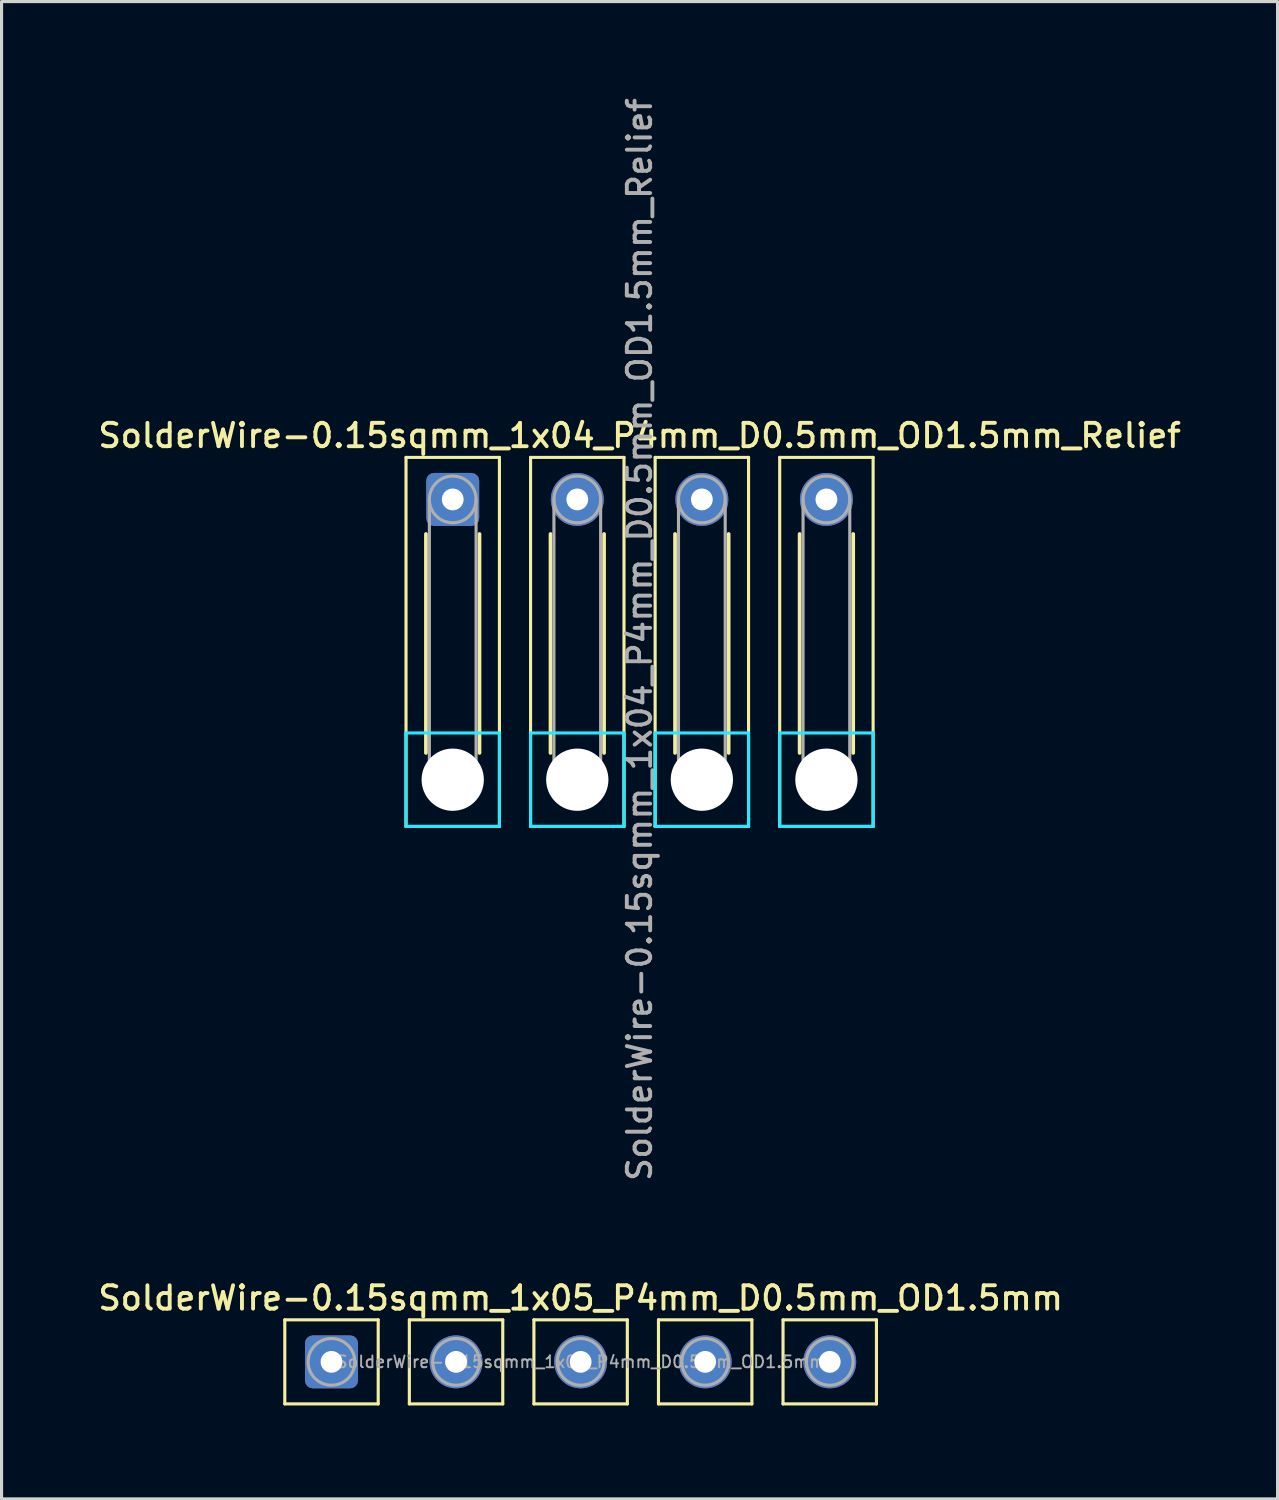
<source format=kicad_pcb>
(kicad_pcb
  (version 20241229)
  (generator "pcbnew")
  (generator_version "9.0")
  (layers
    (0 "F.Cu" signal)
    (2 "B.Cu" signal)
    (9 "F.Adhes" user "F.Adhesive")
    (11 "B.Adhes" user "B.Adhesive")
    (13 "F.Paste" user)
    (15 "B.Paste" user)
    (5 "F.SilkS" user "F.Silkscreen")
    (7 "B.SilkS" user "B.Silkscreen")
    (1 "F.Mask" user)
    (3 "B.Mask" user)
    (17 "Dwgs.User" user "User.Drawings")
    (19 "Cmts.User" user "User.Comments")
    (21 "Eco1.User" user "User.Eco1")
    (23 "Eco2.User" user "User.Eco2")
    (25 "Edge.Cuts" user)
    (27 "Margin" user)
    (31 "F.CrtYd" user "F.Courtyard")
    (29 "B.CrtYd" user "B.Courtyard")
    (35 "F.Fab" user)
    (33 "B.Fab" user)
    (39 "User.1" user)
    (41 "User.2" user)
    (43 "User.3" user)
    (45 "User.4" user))
  (footprint "SolderWire-0.15sqmm_1x04_P4mm_D0.5mm_OD1.5mm_Relief"
    (layer "F.Cu")
    (at 11.488 12.988)
    (property "Reference" "SolderWire-0.15sqmm_1x04_P4mm_D0.5mm_OD1.5mm_Relief" (at 6 -2.05 0) (layer "F.SilkS") (effects (font (size 0.75 0.75) (thickness 0.125))))
    (attr exclude_from_pos_files exclude_from_bom)
    (fp_line (start -1.5 -1.35) (end -1.5 10.5) (stroke (width 0.1) (type solid)) (layer "F.SilkS"))
    (fp_line (start -1.5 10.5) (end 1.5 10.5) (stroke (width 0.1) (type solid)) (layer "F.SilkS"))
    (fp_line (start -0.86 1.11) (end -0.86 8.14) (stroke (width 0.12) (type solid)) (layer "F.SilkS"))
    (fp_line (start 0.86 1.11) (end 0.86 8.14) (stroke (width 0.12) (type solid)) (layer "F.SilkS"))
    (fp_line (start 1.5 -1.35) (end -1.5 -1.35) (stroke (width 0.1) (type solid)) (layer "F.SilkS"))
    (fp_line (start 1.5 10.5) (end 1.5 -1.35) (stroke (width 0.1) (type solid)) (layer "F.SilkS"))
    (fp_line (start 2.5 -1.35) (end 2.5 10.5) (stroke (width 0.1) (type solid)) (layer "F.SilkS"))
    (fp_line (start 2.5 10.5) (end 5.5 10.5) (stroke (width 0.1) (type solid)) (layer "F.SilkS"))
    (fp_line (start 3.14 1.11) (end 3.14 8.14) (stroke (width 0.12) (type solid)) (layer "F.SilkS"))
    (fp_line (start 4.86 1.11) (end 4.86 8.14) (stroke (width 0.12) (type solid)) (layer "F.SilkS"))
    (fp_line (start 5.5 -1.35) (end 2.5 -1.35) (stroke (width 0.1) (type solid)) (layer "F.SilkS"))
    (fp_line (start 5.5 10.5) (end 5.5 -1.35) (stroke (width 0.1) (type solid)) (layer "F.SilkS"))
    (fp_line (start 6.5 -1.35) (end 6.5 10.5) (stroke (width 0.1) (type solid)) (layer "F.SilkS"))
    (fp_line (start 6.5 10.5) (end 9.5 10.5) (stroke (width 0.1) (type solid)) (layer "F.SilkS"))
    (fp_line (start 7.14 1.11) (end 7.14 8.14) (stroke (width 0.12) (type solid)) (layer "F.SilkS"))
    (fp_line (start 8.86 1.11) (end 8.86 8.14) (stroke (width 0.12) (type solid)) (layer "F.SilkS"))
    (fp_line (start 9.5 -1.35) (end 6.5 -1.35) (stroke (width 0.1) (type solid)) (layer "F.SilkS"))
    (fp_line (start 9.5 10.5) (end 9.5 -1.35) (stroke (width 0.1) (type solid)) (layer "F.SilkS"))
    (fp_line (start 10.5 -1.35) (end 10.5 10.5) (stroke (width 0.1) (type solid)) (layer "F.SilkS"))
    (fp_line (start 10.5 10.5) (end 13.5 10.5) (stroke (width 0.1) (type solid)) (layer "F.SilkS"))
    (fp_line (start 11.14 1.11) (end 11.14 8.14) (stroke (width 0.12) (type solid)) (layer "F.SilkS"))
    (fp_line (start 12.86 1.11) (end 12.86 8.14) (stroke (width 0.12) (type solid)) (layer "F.SilkS"))
    (fp_line (start 13.5 -1.35) (end 10.5 -1.35) (stroke (width 0.1) (type solid)) (layer "F.SilkS"))
    (fp_line (start 13.5 10.5) (end 13.5 -1.35) (stroke (width 0.1) (type solid)) (layer "F.SilkS"))
    (fp_line (start -1.5 7.5) (end -1.5 10.5) (stroke (width 0.1) (type solid)) (layer "B.CrtYd"))
    (fp_line (start -1.5 10.5) (end 1.5 10.5) (stroke (width 0.1) (type solid)) (layer "B.CrtYd"))
    (fp_line (start 1.5 7.5) (end -1.5 7.5) (stroke (width 0.1) (type solid)) (layer "B.CrtYd"))
    (fp_line (start 1.5 10.5) (end 1.5 7.5) (stroke (width 0.1) (type solid)) (layer "B.CrtYd"))
    (fp_line (start 2.5 7.5) (end 2.5 10.5) (stroke (width 0.1) (type solid)) (layer "B.CrtYd"))
    (fp_line (start 2.5 10.5) (end 5.5 10.5) (stroke (width 0.1) (type solid)) (layer "B.CrtYd"))
    (fp_line (start 5.5 7.5) (end 2.5 7.5) (stroke (width 0.1) (type solid)) (layer "B.CrtYd"))
    (fp_line (start 5.5 10.5) (end 5.5 7.5) (stroke (width 0.1) (type solid)) (layer "B.CrtYd"))
    (fp_line (start 6.5 7.5) (end 6.5 10.5) (stroke (width 0.1) (type solid)) (layer "B.CrtYd"))
    (fp_line (start 6.5 10.5) (end 9.5 10.5) (stroke (width 0.1) (type solid)) (layer "B.CrtYd"))
    (fp_line (start 9.5 7.5) (end 6.5 7.5) (stroke (width 0.1) (type solid)) (layer "B.CrtYd"))
    (fp_line (start 9.5 10.5) (end 9.5 7.5) (stroke (width 0.1) (type solid)) (layer "B.CrtYd"))
    (fp_line (start 10.5 7.5) (end 10.5 10.5) (stroke (width 0.1) (type solid)) (layer "B.CrtYd"))
    (fp_line (start 10.5 10.5) (end 13.5 10.5) (stroke (width 0.1) (type solid)) (layer "B.CrtYd"))
    (fp_line (start 13.5 7.5) (end 10.5 7.5) (stroke (width 0.1) (type solid)) (layer "B.CrtYd"))
    (fp_line (start 13.5 10.5) (end 13.5 7.5) (stroke (width 0.1) (type solid)) (layer "B.CrtYd"))
    (fp_line (start -0.75 0) (end -0.75 9) (stroke (width 0.1) (type solid)) (layer "F.Fab"))
    (fp_line (start 0.75 0) (end 0.75 9) (stroke (width 0.1) (type solid)) (layer "F.Fab"))
    (fp_line (start 3.25 0) (end 3.25 9) (stroke (width 0.1) (type solid)) (layer "F.Fab"))
    (fp_line (start 4.75 0) (end 4.75 9) (stroke (width 0.1) (type solid)) (layer "F.Fab"))
    (fp_line (start 7.25 0) (end 7.25 9) (stroke (width 0.1) (type solid)) (layer "F.Fab"))
    (fp_line (start 8.75 0) (end 8.75 9) (stroke (width 0.1) (type solid)) (layer "F.Fab"))
    (fp_line (start 11.25 0) (end 11.25 9) (stroke (width 0.1) (type solid)) (layer "F.Fab"))
    (fp_line (start 12.75 0) (end 12.75 9) (stroke (width 0.1) (type solid)) (layer "F.Fab"))
    (fp_circle (center 0 0) (end 0.75 0) (stroke (width 0.1) (type solid)) (fill no) (layer "F.Fab"))
    (fp_circle (center 0 9) (end 0.75 9) (stroke (width 0.1) (type solid)) (fill no) (layer "F.Fab"))
    (fp_circle (center 4 0) (end 4.75 0) (stroke (width 0.1) (type solid)) (fill no) (layer "F.Fab"))
    (fp_circle (center 4 9) (end 4.75 9) (stroke (width 0.1) (type solid)) (fill no) (layer "F.Fab"))
    (fp_circle (center 8 0) (end 8.75 0) (stroke (width 0.1) (type solid)) (fill no) (layer "F.Fab"))
    (fp_circle (center 8 9) (end 8.75 9) (stroke (width 0.1) (type solid)) (fill no) (layer "F.Fab"))
    (fp_circle (center 12 0) (end 12.75 0) (stroke (width 0.1) (type solid)) (fill no) (layer "F.Fab"))
    (fp_circle (center 12 9) (end 12.75 9) (stroke (width 0.1) (type solid)) (fill no) (layer "F.Fab"))
    (fp_text user "${REFERENCE}" (at 6 4.5 90) (layer "F.Fab") (effects (font (size 0.75 0.75) (thickness 0.125))))
    (pad "" np_thru_hole circle (at 0 9) (size 2 2) (drill 2) (layers "*.Cu" "*.Mask"))
    (pad "" np_thru_hole circle (at 4 9) (size 2 2) (drill 2) (layers "*.Cu" "*.Mask"))
    (pad "" np_thru_hole circle (at 8 9) (size 2 2) (drill 2) (layers "*.Cu" "*.Mask"))
    (pad "" np_thru_hole circle (at 12 9) (size 2 2) (drill 2) (layers "*.Cu" "*.Mask"))
    (pad "1" thru_hole roundrect (at 0 0) (size 1.7 1.7) (drill 0.7) (layers "*.Cu" "*.Mask") (roundrect_rratio 0.147))
    (pad "2" thru_hole circle (at 4 0) (size 1.7 1.7) (drill 0.7) (layers "*.Cu" "*.Mask"))
    (pad "3" thru_hole circle (at 8 0) (size 1.7 1.7) (drill 0.7) (layers "*.Cu" "*.Mask"))
    (pad "4" thru_hole circle (at 12 0) (size 1.7 1.7) (drill 0.7) (layers "*.Cu" "*.Mask")))
  (footprint "SolderWire-0.15sqmm_1x05_P4mm_D0.5mm_OD1.5mm"
    (layer "F.Cu")
    (at 7.595 40.683)
    (property "Reference" "SolderWire-0.15sqmm_1x05_P4mm_D0.5mm_OD1.5mm" (at 8 -2.05 0) (layer "F.SilkS") (effects (font (size 0.75 0.75) (thickness 0.125))))
    (attr exclude_from_pos_files exclude_from_bom)
    (fp_line (start -1.5 -1.35) (end -1.5 1.35) (stroke (width 0.1) (type solid)) (layer "F.SilkS"))
    (fp_line (start -1.5 1.35) (end 1.5 1.35) (stroke (width 0.1) (type solid)) (layer "F.SilkS"))
    (fp_line (start 1.5 -1.35) (end -1.5 -1.35) (stroke (width 0.1) (type solid)) (layer "F.SilkS"))
    (fp_line (start 1.5 1.35) (end 1.5 -1.35) (stroke (width 0.1) (type solid)) (layer "F.SilkS"))
    (fp_line (start 2.5 -1.35) (end 2.5 1.35) (stroke (width 0.1) (type solid)) (layer "F.SilkS"))
    (fp_line (start 2.5 1.35) (end 5.5 1.35) (stroke (width 0.1) (type solid)) (layer "F.SilkS"))
    (fp_line (start 5.5 -1.35) (end 2.5 -1.35) (stroke (width 0.1) (type solid)) (layer "F.SilkS"))
    (fp_line (start 5.5 1.35) (end 5.5 -1.35) (stroke (width 0.1) (type solid)) (layer "F.SilkS"))
    (fp_line (start 6.5 -1.35) (end 6.5 1.35) (stroke (width 0.1) (type solid)) (layer "F.SilkS"))
    (fp_line (start 6.5 1.35) (end 9.5 1.35) (stroke (width 0.1) (type solid)) (layer "F.SilkS"))
    (fp_line (start 9.5 -1.35) (end 6.5 -1.35) (stroke (width 0.1) (type solid)) (layer "F.SilkS"))
    (fp_line (start 9.5 1.35) (end 9.5 -1.35) (stroke (width 0.1) (type solid)) (layer "F.SilkS"))
    (fp_line (start 10.5 -1.35) (end 10.5 1.35) (stroke (width 0.1) (type solid)) (layer "F.SilkS"))
    (fp_line (start 10.5 1.35) (end 13.5 1.35) (stroke (width 0.1) (type solid)) (layer "F.SilkS"))
    (fp_line (start 13.5 -1.35) (end 10.5 -1.35) (stroke (width 0.1) (type solid)) (layer "F.SilkS"))
    (fp_line (start 13.5 1.35) (end 13.5 -1.35) (stroke (width 0.1) (type solid)) (layer "F.SilkS"))
    (fp_line (start 14.5 -1.35) (end 14.5 1.35) (stroke (width 0.1) (type solid)) (layer "F.SilkS"))
    (fp_line (start 14.5 1.35) (end 17.5 1.35) (stroke (width 0.1) (type solid)) (layer "F.SilkS"))
    (fp_line (start 17.5 -1.35) (end 14.5 -1.35) (stroke (width 0.1) (type solid)) (layer "F.SilkS"))
    (fp_line (start 17.5 1.35) (end 17.5 -1.35) (stroke (width 0.1) (type solid)) (layer "F.SilkS"))
    (fp_circle (center 0 0) (end 0.75 0) (stroke (width 0.1) (type solid)) (fill no) (layer "F.Fab"))
    (fp_circle (center 4 0) (end 4.75 0) (stroke (width 0.1) (type solid)) (fill no) (layer "F.Fab"))
    (fp_circle (center 8 0) (end 8.75 0) (stroke (width 0.1) (type solid)) (fill no) (layer "F.Fab"))
    (fp_circle (center 12 0) (end 12.75 0) (stroke (width 0.1) (type solid)) (fill no) (layer "F.Fab"))
    (fp_circle (center 16 0) (end 16.75 0) (stroke (width 0.1) (type solid)) (fill no) (layer "F.Fab"))
    (fp_text user "${REFERENCE}" (at 8 0 0) (layer "F.Fab") (effects (font (size 0.38 0.38) (thickness 0.06))))
    (pad "1" thru_hole roundrect (at 0 0) (size 1.7 1.7) (drill 0.7) (layers "*.Cu" "*.Mask") (roundrect_rratio 0.147))
    (pad "2" thru_hole circle (at 4 0) (size 1.7 1.7) (drill 0.7) (layers "*.Cu" "*.Mask"))
    (pad "3" thru_hole circle (at 8 0) (size 1.7 1.7) (drill 0.7) (layers "*.Cu" "*.Mask"))
    (pad "4" thru_hole circle (at 12 0) (size 1.7 1.7) (drill 0.7) (layers "*.Cu" "*.Mask"))
    (pad "5" thru_hole circle (at 16 0) (size 1.7 1.7) (drill 0.7) (layers "*.Cu" "*.Mask")))
  (gr_rect
    (start -3 -3)
    (end 37.975 45.083)
    (stroke (width 0.1) (type default))
    (fill no)
    (layer "Edge.Cuts")))
</source>
